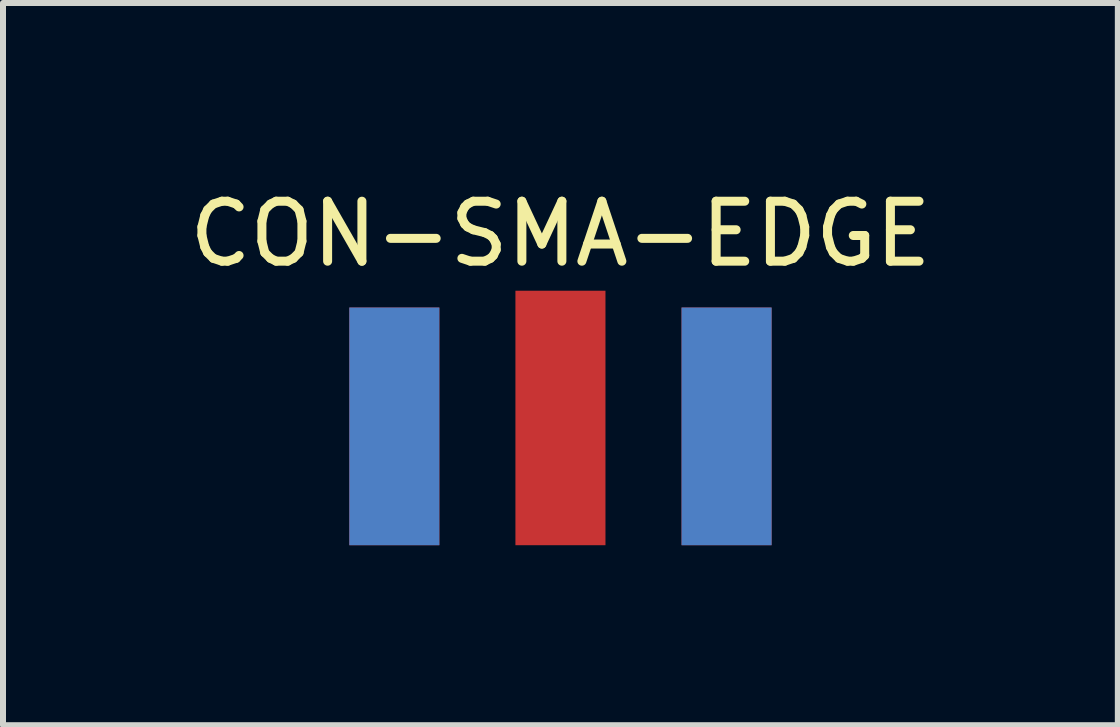
<source format=kicad_pcb>
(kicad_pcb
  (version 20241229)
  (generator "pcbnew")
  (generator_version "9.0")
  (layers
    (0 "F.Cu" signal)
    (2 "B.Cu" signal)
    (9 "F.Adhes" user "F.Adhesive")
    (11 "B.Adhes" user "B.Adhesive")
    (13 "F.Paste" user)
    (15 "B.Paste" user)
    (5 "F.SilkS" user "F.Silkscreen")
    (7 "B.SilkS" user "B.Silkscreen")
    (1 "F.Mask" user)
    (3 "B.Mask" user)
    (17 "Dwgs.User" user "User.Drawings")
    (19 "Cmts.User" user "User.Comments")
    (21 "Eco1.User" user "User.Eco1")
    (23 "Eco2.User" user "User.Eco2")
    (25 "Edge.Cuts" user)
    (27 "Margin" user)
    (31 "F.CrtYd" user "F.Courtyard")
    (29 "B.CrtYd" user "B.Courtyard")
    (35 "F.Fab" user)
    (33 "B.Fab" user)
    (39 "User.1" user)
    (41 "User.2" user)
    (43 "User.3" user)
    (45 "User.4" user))
  (footprint "CON-SMA-EDGE"
    (layer "F.Cu")
    (at 6.292 4.057)
    (property "Reference" "CON-SMA-EDGE" (at 0 -3.208 0) (layer "F.SilkS") (effects (font (size 1 1) (thickness 0.15))))
    (attr through_hole)
    (pad "1" smd rect (at 0 -0.14) (size 1.501 4.242) (layers "F.Cu" "F.Mask" "F.Paste"))
    (pad "2" smd rect (at -2.769 0) (size 1.501 3.962) (layers "F.Cu" "F.Mask" "F.Paste"))
    (pad "2" smd rect (at -2.769 0) (size 1.501 3.962) (layers "B.Cu" "B.Mask" "B.Paste"))
    (pad "2" smd rect (at 2.769 0) (size 1.501 3.962) (layers "F.Cu" "F.Mask" "F.Paste"))
    (pad "2" smd rect (at 2.769 0) (size 1.501 3.962) (layers "B.Cu" "B.Mask" "B.Paste")))
  (gr_rect
    (start -3 -3)
    (end 15.583 9.038)
    (stroke (width 0.1) (type default))
    (fill no)
    (layer "Edge.Cuts")))
</source>
